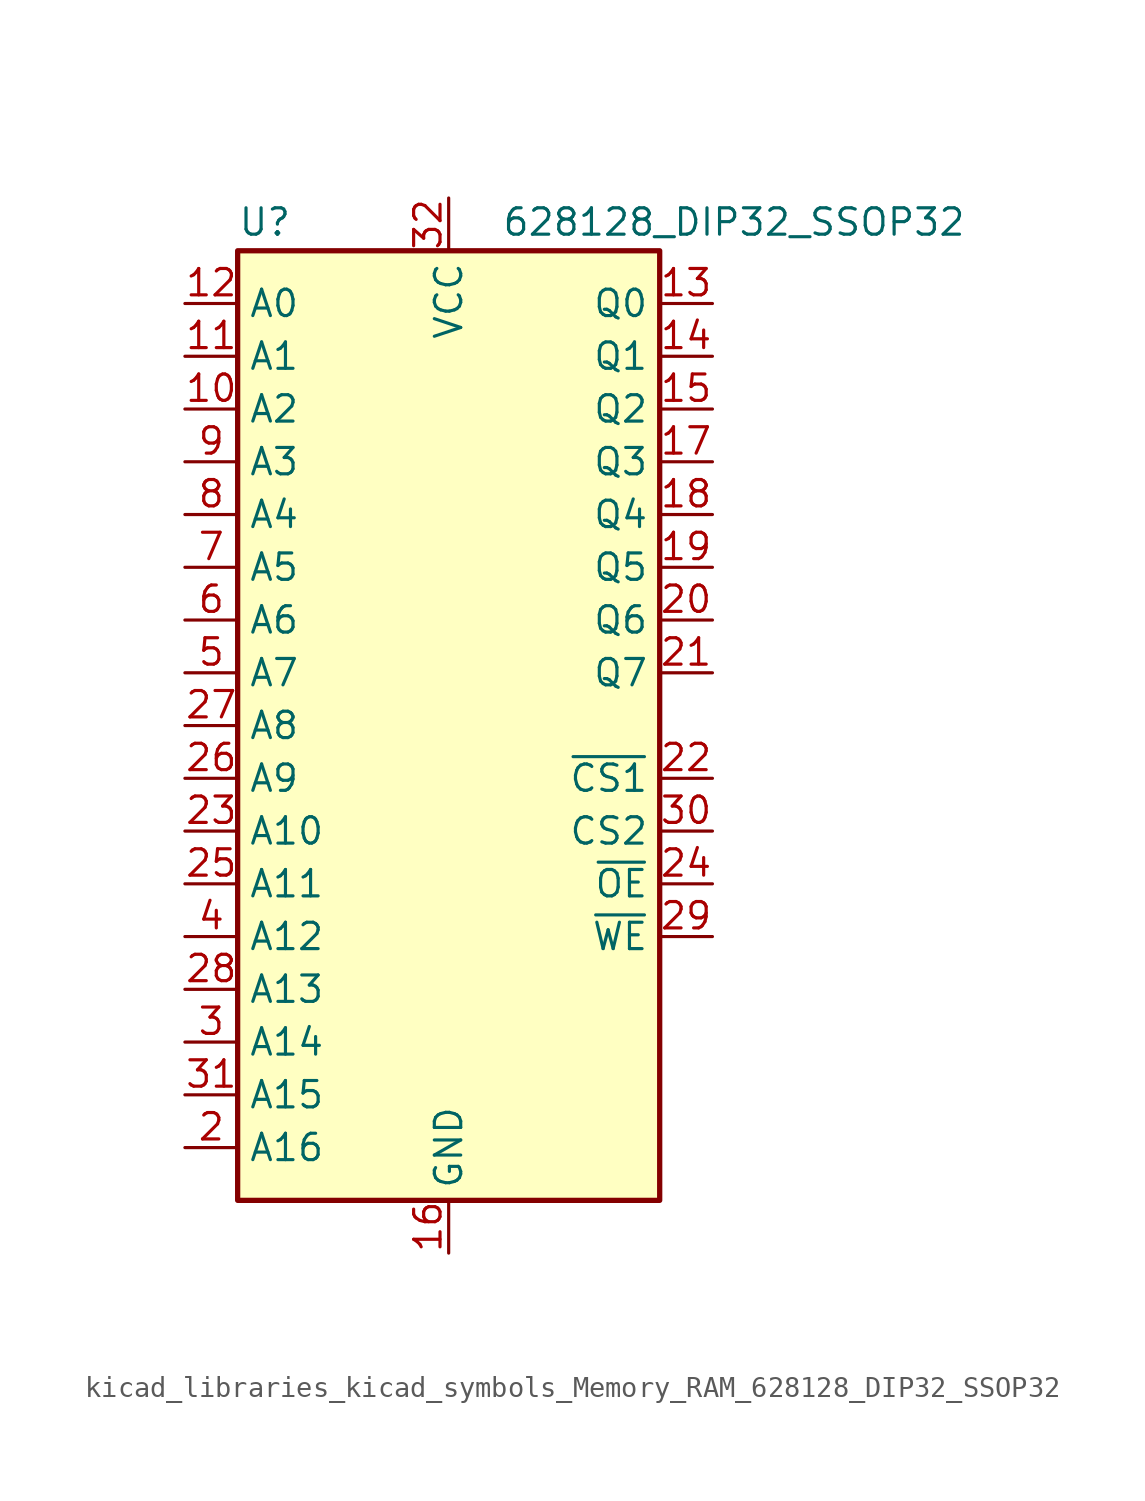
<source format=kicad_sym>
(kicad_symbol_lib
  (version 20220914)
  (generator kicad_symbol_editor)
  (symbol "kicad_libraries_kicad_symbols_Memory_RAM_628128_DIP32_SSOP32"
    (property "Reference" "U"
      (at -10.16 23.495 0)
      (effects (font (size 1.27 1.27)) (justify left bottom)))
    (property "Value" "628128_DIP32_SSOP32"
      (at 2.54 23.495 0)
      (effects (font (size 1.27 1.27)) (justify left bottom)))
    (symbol "kicad_libraries_kicad_symbols_Memory_RAM_628128_DIP32_SSOP32_0_0"
      (pin power_in line (at 0 -25.4 90) (length 2.54) (name "GND" (effects (font (size 1.27 1.27)))) (number "16" (effects (font (size 1.27 1.27)))))
      (pin power_in line (at 0 25.4 270) (length 2.54) (name "VCC" (effects (font (size 1.27 1.27)))) (number "32" (effects (font (size 1.27 1.27))))))
    (symbol "kicad_libraries_kicad_symbols_Memory_RAM_628128_DIP32_SSOP32_0_1"
      (rectangle (start -10.16 22.86) (end 10.16 -22.86) (stroke (width 0.254) (type default)) (fill (type background))))
    (symbol "kicad_libraries_kicad_symbols_Memory_RAM_628128_DIP32_SSOP32_1_1"
      (pin no_connect line (at 10.16 -20.32 180) (length 2.54) hide (name "NC" (effects (font (size 1.27 1.27)))) (number "1" (effects (font (size 1.27 1.27)))))
      (pin input line (at -12.7 15.24 0) (length 2.54) (name "A2" (effects (font (size 1.27 1.27)))) (number "10" (effects (font (size 1.27 1.27)))))
      (pin input line (at -12.7 17.78 0) (length 2.54) (name "A1" (effects (font (size 1.27 1.27)))) (number "11" (effects (font (size 1.27 1.27)))))
      (pin input line (at -12.7 20.32 0) (length 2.54) (name "A0" (effects (font (size 1.27 1.27)))) (number "12" (effects (font (size 1.27 1.27)))))
      (pin tri_state line (at 12.7 20.32 180) (length 2.54) (name "Q0" (effects (font (size 1.27 1.27)))) (number "13" (effects (font (size 1.27 1.27)))))
      (pin tri_state line (at 12.7 17.78 180) (length 2.54) (name "Q1" (effects (font (size 1.27 1.27)))) (number "14" (effects (font (size 1.27 1.27)))))
      (pin tri_state line (at 12.7 15.24 180) (length 2.54) (name "Q2" (effects (font (size 1.27 1.27)))) (number "15" (effects (font (size 1.27 1.27)))))
      (pin tri_state line (at 12.7 12.7 180) (length 2.54) (name "Q3" (effects (font (size 1.27 1.27)))) (number "17" (effects (font (size 1.27 1.27)))))
      (pin tri_state line (at 12.7 10.16 180) (length 2.54) (name "Q4" (effects (font (size 1.27 1.27)))) (number "18" (effects (font (size 1.27 1.27)))))
      (pin tri_state line (at 12.7 7.62 180) (length 2.54) (name "Q5" (effects (font (size 1.27 1.27)))) (number "19" (effects (font (size 1.27 1.27)))))
      (pin input line (at -12.7 -20.32 0) (length 2.54) (name "A16" (effects (font (size 1.27 1.27)))) (number "2" (effects (font (size 1.27 1.27)))))
      (pin tri_state line (at 12.7 5.08 180) (length 2.54) (name "Q6" (effects (font (size 1.27 1.27)))) (number "20" (effects (font (size 1.27 1.27)))))
      (pin tri_state line (at 12.7 2.54 180) (length 2.54) (name "Q7" (effects (font (size 1.27 1.27)))) (number "21" (effects (font (size 1.27 1.27)))))
      (pin input line (at 12.7 -2.54 180) (length 2.54) (name "~{CS1}" (effects (font (size 1.27 1.27)))) (number "22" (effects (font (size 1.27 1.27)))))
      (pin input line (at -12.7 -5.08 0) (length 2.54) (name "A10" (effects (font (size 1.27 1.27)))) (number "23" (effects (font (size 1.27 1.27)))))
      (pin input line (at 12.7 -7.62 180) (length 2.54) (name "~{OE}" (effects (font (size 1.27 1.27)))) (number "24" (effects (font (size 1.27 1.27)))))
      (pin input line (at -12.7 -7.62 0) (length 2.54) (name "A11" (effects (font (size 1.27 1.27)))) (number "25" (effects (font (size 1.27 1.27)))))
      (pin input line (at -12.7 -2.54 0) (length 2.54) (name "A9" (effects (font (size 1.27 1.27)))) (number "26" (effects (font (size 1.27 1.27)))))
      (pin input line (at -12.7 0 0) (length 2.54) (name "A8" (effects (font (size 1.27 1.27)))) (number "27" (effects (font (size 1.27 1.27)))))
      (pin input line (at -12.7 -12.7 0) (length 2.54) (name "A13" (effects (font (size 1.27 1.27)))) (number "28" (effects (font (size 1.27 1.27)))))
      (pin input line (at 12.7 -10.16 180) (length 2.54) (name "~{WE}" (effects (font (size 1.27 1.27)))) (number "29" (effects (font (size 1.27 1.27)))))
      (pin input line (at -12.7 -15.24 0) (length 2.54) (name "A14" (effects (font (size 1.27 1.27)))) (number "3" (effects (font (size 1.27 1.27)))))
      (pin input line (at 12.7 -5.08 180) (length 2.54) (name "CS2" (effects (font (size 1.27 1.27)))) (number "30" (effects (font (size 1.27 1.27)))))
      (pin input line (at -12.7 -17.78 0) (length 2.54) (name "A15" (effects (font (size 1.27 1.27)))) (number "31" (effects (font (size 1.27 1.27)))))
      (pin input line (at -12.7 -10.16 0) (length 2.54) (name "A12" (effects (font (size 1.27 1.27)))) (number "4" (effects (font (size 1.27 1.27)))))
      (pin input line (at -12.7 2.54 0) (length 2.54) (name "A7" (effects (font (size 1.27 1.27)))) (number "5" (effects (font (size 1.27 1.27)))))
      (pin input line (at -12.7 5.08 0) (length 2.54) (name "A6" (effects (font (size 1.27 1.27)))) (number "6" (effects (font (size 1.27 1.27)))))
      (pin input line (at -12.7 7.62 0) (length 2.54) (name "A5" (effects (font (size 1.27 1.27)))) (number "7" (effects (font (size 1.27 1.27)))))
      (pin input line (at -12.7 10.16 0) (length 2.54) (name "A4" (effects (font (size 1.27 1.27)))) (number "8" (effects (font (size 1.27 1.27)))))
      (pin input line (at -12.7 12.7 0) (length 2.54) (name "A3" (effects (font (size 1.27 1.27)))) (number "9" (effects (font (size 1.27 1.27))))))))
</source>
